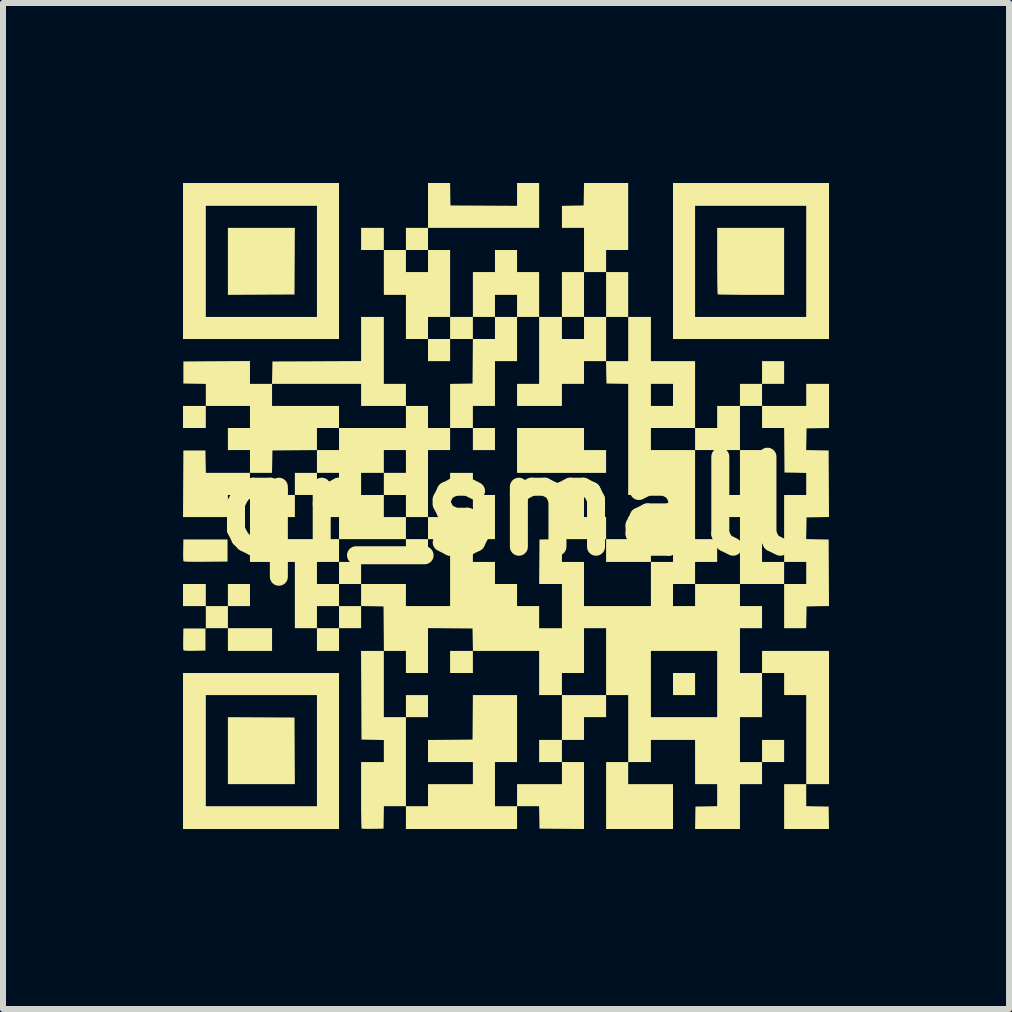
<source format=kicad_pcb>
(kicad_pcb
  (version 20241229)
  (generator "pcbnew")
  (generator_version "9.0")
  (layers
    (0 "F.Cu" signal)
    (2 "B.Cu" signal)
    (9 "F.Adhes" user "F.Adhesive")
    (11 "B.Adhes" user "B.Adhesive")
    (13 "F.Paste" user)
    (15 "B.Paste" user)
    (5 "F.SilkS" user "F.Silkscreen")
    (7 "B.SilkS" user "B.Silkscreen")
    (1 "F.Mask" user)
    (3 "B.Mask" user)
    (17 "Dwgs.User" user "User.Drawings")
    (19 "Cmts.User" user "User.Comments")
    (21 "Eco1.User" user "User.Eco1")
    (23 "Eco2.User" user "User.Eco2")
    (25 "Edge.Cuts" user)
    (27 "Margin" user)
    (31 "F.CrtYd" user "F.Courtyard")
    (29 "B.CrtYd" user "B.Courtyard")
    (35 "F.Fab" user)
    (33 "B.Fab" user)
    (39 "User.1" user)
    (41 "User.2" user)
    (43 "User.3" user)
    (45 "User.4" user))
  (footprint "qr_small"
    (layer "F.Cu")
    (at 5.383 5.383)
    (property "Reference" "qr_small" (at 0 0 0) (layer "F.SilkS") (effects (font (size 1.5 1.5) (thickness 0.3))))
    (attr board_only exclude_from_pos_files exclude_from_bom)
    (fp_poly (pts (xy -4.08 3.522) (xy -3.525 3.525) (xy -3.522 4.08) (xy -3.519 4.635) (xy -4.077 4.635) (xy -4.635 4.635) (xy -4.635 4.077) (xy -4.635 3.519)) (stroke (width 0) (type solid)) (fill yes) (layer "F.SilkS"))
    (fp_poly (pts (xy -3.899 2.225) (xy -3.899 2.415) (xy -4.267 2.415) (xy -4.635 2.415) (xy -4.635 2.225) (xy -4.635 2.036) (xy -4.267 2.036) (xy -3.899 2.036)) (stroke (width 0) (type solid)) (fill yes) (layer "F.SilkS"))
    (fp_poly (pts (xy -3.522 -4.08) (xy -3.525 -3.525) (xy -4.08 -3.522) (xy -4.635 -3.519) (xy -4.635 -4.077) (xy -4.635 -4.635) (xy -4.077 -4.635) (xy -3.519 -4.635)) (stroke (width 0) (type solid)) (fill yes) (layer "F.SilkS"))
    (fp_poly (pts (xy -3.151 -0.368) (xy -3.151 -0.184) (xy -3.335 -0.184) (xy -3.519 -0.184) (xy -3.519 -0.368) (xy -3.519 -0.552) (xy -3.335 -0.552) (xy -3.151 -0.552)) (stroke (width 0) (type solid)) (fill yes) (layer "F.SilkS"))
    (fp_poly (pts (xy -2.415 1.116) (xy -2.415 1.3) (xy -2.599 1.3) (xy -2.783 1.3) (xy -2.783 1.116) (xy -2.783 0.932) (xy -2.599 0.932) (xy -2.415 0.932)) (stroke (width 0) (type solid)) (fill yes) (layer "F.SilkS"))
    (fp_poly (pts (xy -1.3 0.742) (xy -1.3 0.932) (xy -1.484 0.932) (xy -1.668 0.932) (xy -1.668 0.742) (xy -1.668 0.552) (xy -1.484 0.552) (xy -1.3 0.552)) (stroke (width 0) (type solid)) (fill yes) (layer "F.SilkS"))
    (fp_poly (pts (xy -1.3 3.335) (xy -1.3 3.519) (xy -1.484 3.519) (xy -1.668 3.519) (xy -1.668 3.335) (xy -1.668 3.151) (xy -1.484 3.151) (xy -1.3 3.151)) (stroke (width 0) (type solid)) (fill yes) (layer "F.SilkS"))
    (fp_poly (pts (xy -0.552 -0.368) (xy -0.552 -0.184) (xy -0.742 -0.184) (xy -0.932 -0.184) (xy -0.932 -0.368) (xy -0.932 -0.552) (xy -0.742 -0.552) (xy -0.552 -0.552)) (stroke (width 0) (type solid)) (fill yes) (layer "F.SilkS"))
    (fp_poly (pts (xy -0.552 2.599) (xy -0.552 2.783) (xy -0.742 2.783) (xy -0.932 2.783) (xy -0.932 2.599) (xy -0.932 2.415) (xy -0.742 2.415) (xy -0.552 2.415)) (stroke (width 0) (type solid)) (fill yes) (layer "F.SilkS"))
    (fp_poly (pts (xy -0.184 -1.116) (xy -0.184 -0.932) (xy -0.368 -0.932) (xy -0.552 -0.932) (xy -0.552 -1.116) (xy -0.552 -1.3) (xy -0.368 -1.3) (xy -0.184 -1.3)) (stroke (width 0) (type solid)) (fill yes) (layer "F.SilkS"))
    (fp_poly (pts (xy 3.151 2.967) (xy 3.151 3.151) (xy 2.967 3.151) (xy 2.783 3.151) (xy 2.783 2.967) (xy 2.783 2.783) (xy 2.967 2.783) (xy 3.151 2.783)) (stroke (width 0) (type solid)) (fill yes) (layer "F.SilkS"))
    (fp_poly (pts (xy 1.3 -1.116) (xy 1.3 -0.932) (xy 1.484 -0.932) (xy 1.668 -0.932) (xy 1.668 -0.742) (xy 1.668 -0.552) (xy 0.926 -0.552) (xy 0.184 -0.552) (xy 0.184 -0.926) (xy 0.184 -1.3) (xy 0.742 -1.3) (xy 1.3 -1.3)) (stroke (width 0) (type solid)) (fill yes) (layer "F.SilkS"))
    (fp_poly (pts (xy 1.3 0) (xy 1.3 0.184) (xy 1.484 0.184) (xy 1.668 0.184) (xy 1.668 0.368) (xy 1.668 0.552) (xy 1.3 0.552) (xy 0.932 0.552) (xy 0.932 0.184) (xy 0.932 -0.184) (xy 1.116 -0.184) (xy 1.3 -0.184)) (stroke (width 0) (type solid)) (fill yes) (layer "F.SilkS"))
    (fp_poly (pts (xy -5.009 2.225) (xy -5.009 2.409) (xy -5.19 2.413) (xy -5.263 2.414) (xy -5.315 2.413) (xy -5.349 2.411) (xy -5.369 2.407) (xy -5.377 2.401) (xy -5.377 2.4) (xy -5.379 2.383) (xy -5.38 2.347) (xy -5.381 2.297) (xy -5.38 2.237) (xy -5.38 2.213) (xy -5.377 2.041) (xy -5.193 2.041) (xy -5.009 2.041)) (stroke (width 0) (type solid)) (fill yes) (layer "F.SilkS"))
    (fp_poly (pts (xy -4.641 0.742) (xy -4.641 0.926) (xy -5.006 0.929) (xy -5.113 0.93) (xy -5.198 0.93) (xy -5.263 0.929) (xy -5.312 0.928) (xy -5.345 0.926) (xy -5.366 0.923) (xy -5.376 0.919) (xy -5.377 0.917) (xy -5.379 0.9) (xy -5.38 0.864) (xy -5.381 0.813) (xy -5.38 0.753) (xy -5.38 0.729) (xy -5.377 0.558) (xy -5.009 0.558) (xy -4.641 0.558)) (stroke (width 0) (type solid)) (fill yes) (layer "F.SilkS"))
    (fp_poly (pts (xy -2.783 -4.083) (xy -2.783 -2.783) (xy -4.083 -2.783) (xy -5.383 -2.783) (xy -5.383 -4.077) (xy -5.003 -4.077) (xy -5.003 -3.151) (xy -4.077 -3.151) (xy -3.151 -3.151) (xy -3.151 -4.077) (xy -3.151 -5.003) (xy -4.077 -5.003) (xy -5.003 -5.003) (xy -5.003 -4.077) (xy -5.383 -4.077) (xy -5.383 -4.083) (xy -5.383 -5.383) (xy -4.083 -5.383) (xy -2.783 -5.383)) (stroke (width 0) (type solid)) (fill yes) (layer "F.SilkS"))
    (fp_poly (pts (xy -2.783 4.083) (xy -2.783 5.383) (xy -4.083 5.383) (xy -5.383 5.383) (xy -5.383 4.083) (xy -5.383 4.077) (xy -5.003 4.077) (xy -5.003 5.003) (xy -4.077 5.003) (xy -3.151 5.003) (xy -3.151 4.077) (xy -3.151 3.151) (xy -4.077 3.151) (xy -5.003 3.151) (xy -5.003 4.077) (xy -5.383 4.077) (xy -5.383 2.783) (xy -4.083 2.783) (xy -2.783 2.783)) (stroke (width 0) (type solid)) (fill yes) (layer "F.SilkS"))
    (fp_poly (pts (xy 5.383 -4.083) (xy 5.383 -2.783) (xy 4.083 -2.783) (xy 2.783 -2.783) (xy 2.783 -4.077) (xy 3.151 -4.077) (xy 3.151 -3.151) (xy 4.077 -3.151) (xy 5.003 -3.151) (xy 5.003 -4.077) (xy 5.003 -5.003) (xy 4.077 -5.003) (xy 3.151 -5.003) (xy 3.151 -4.077) (xy 2.783 -4.077) (xy 2.783 -4.083) (xy 2.783 -5.383) (xy 4.083 -5.383) (xy 5.383 -5.383)) (stroke (width 0) (type solid)) (fill yes) (layer "F.SilkS"))
    (fp_poly (pts (xy 4.635 -4.077) (xy 4.635 -3.519) (xy 4.085 -3.519) (xy 3.973 -3.519) (xy 3.868 -3.52) (xy 3.773 -3.521) (xy 3.69 -3.522) (xy 3.622 -3.523) (xy 3.57 -3.524) (xy 3.538 -3.526) (xy 3.527 -3.527) (xy 3.526 -3.54) (xy 3.524 -3.575) (xy 3.523 -3.628) (xy 3.521 -3.698) (xy 3.521 -3.783) (xy 3.52 -3.879) (xy 3.519 -3.984) (xy 3.519 -4.085) (xy 3.519 -4.635) (xy 4.077 -4.635) (xy 4.635 -4.635)) (stroke (width 0) (type solid)) (fill yes) (layer "F.SilkS"))
    (fp_poly (pts (xy -5.003 1.484) (xy -5.003 1.668) (xy -4.819 1.668) (xy -4.635 1.668) (xy -4.635 1.484) (xy -4.635 1.3) (xy -4.451 1.3) (xy -4.267 1.3) (xy -4.267 1.484) (xy -4.267 1.668) (xy -4.451 1.668) (xy -4.635 1.668) (xy -4.635 1.852) (xy -4.635 2.036) (xy -4.819 2.036) (xy -5.003 2.036) (xy -5.003 1.852) (xy -5.003 1.668) (xy -5.193 1.668) (xy -5.383 1.668) (xy -5.383 1.484) (xy -5.383 1.3) (xy -5.193 1.3) (xy -5.003 1.3)) (stroke (width 0) (type solid)) (fill yes) (layer "F.SilkS"))
    (fp_poly (pts (xy -3.519 0) (xy -3.519 0.184) (xy -3.709 0.184) (xy -3.899 0.184) (xy -3.899 0.368) (xy -3.899 0.552) (xy -3.341 0.552) (xy -2.783 0.552) (xy -2.783 0.742) (xy -2.783 0.932) (xy -2.967 0.932) (xy -3.151 0.932) (xy -3.151 1.116) (xy -3.151 1.3) (xy -2.967 1.3) (xy -2.783 1.3) (xy -2.783 1.484) (xy -2.783 1.668) (xy -2.967 1.668) (xy -3.151 1.668) (xy -3.151 1.852) (xy -3.151 2.036) (xy -2.967 2.036) (xy -2.783 2.036) (xy -2.783 1.852) (xy -2.783 1.668) (xy -2.599 1.668) (xy -2.415 1.668) (xy -2.415 1.851) (xy -2.415 2.036) (xy -2.599 2.036) (xy -2.783 2.036) (xy -2.783 2.225) (xy -2.783 2.415) (xy -2.967 2.415) (xy -3.151 2.415) (xy -3.151 2.225) (xy -3.151 2.036) (xy -3.335 2.036) (xy -3.519 2.036) (xy -3.519 1.484) (xy -3.519 0.932) (xy -3.893 0.932) (xy -4.267 0.932) (xy -4.267 0.374) (xy -4.267 -0.184) (xy -3.893 -0.184) (xy -3.519 -0.184)) (stroke (width 0) (type solid)) (fill yes) (layer "F.SilkS"))
    (fp_poly (pts (xy -2.036 2.967) (xy -2.036 3.519) (xy -1.852 3.519) (xy -1.668 3.519) (xy -1.668 4.261) (xy -1.668 5.003) (xy -1.484 5.003) (xy -1.3 5.003) (xy -1.3 4.819) (xy -1.3 4.635) (xy -0.926 4.635) (xy -0.552 4.635) (xy -0.552 4.451) (xy -0.552 4.267) (xy -0.926 4.267) (xy -1.3 4.267) (xy -1.3 4.083) (xy -1.3 3.899) (xy -0.929 3.896) (xy -0.558 3.893) (xy -0.555 3.522) (xy -0.552 3.151) (xy -0.184 3.151) (xy 0.184 3.151) (xy 0.184 3.709) (xy 0.184 4.267) (xy 0 4.267) (xy -0.184 4.267) (xy -0.184 4.635) (xy -0.184 5.003) (xy 0 5.003) (xy 0.184 5.003) (xy 0.184 4.819) (xy 0.184 4.635) (xy 0.558 4.635) (xy 0.932 4.635) (xy 0.932 4.451) (xy 0.932 4.267) (xy 1.116 4.267) (xy 1.3 4.267) (xy 1.3 4.825) (xy 1.3 5.383) (xy 0.929 5.38) (xy 0.558 5.377) (xy 0.555 5.19) (xy 0.551 5.003) (xy 0.368 5.003) (xy 0.184 5.003) (xy 0.184 5.193) (xy 0.184 5.383) (xy -0.742 5.383) (xy -1.668 5.383) (xy -1.668 5.193) (xy -1.668 5.003) (xy -1.851 5.003) (xy -2.035 5.003) (xy -2.038 5.19) (xy -2.041 5.377) (xy -2.22 5.38) (xy -2.283 5.381) (xy -2.337 5.38) (xy -2.379 5.379) (xy -2.403 5.376) (xy -2.407 5.375) (xy -2.409 5.362) (xy -2.41 5.327) (xy -2.412 5.274) (xy -2.413 5.204) (xy -2.414 5.119) (xy -2.415 5.023) (xy -2.415 4.918) (xy -2.415 4.817) (xy -2.415 4.267) (xy -2.225 4.267) (xy -2.036 4.267) (xy -2.036 4.083) (xy -2.036 3.9) (xy -2.223 3.896) (xy -2.409 3.893) (xy -2.412 3.154) (xy -2.416 2.415) (xy -2.225 2.415) (xy -2.036 2.415)) (stroke (width 0) (type solid)) (fill yes) (layer "F.SilkS"))
    (fp_poly (pts (xy -2.036 -2.593) (xy -2.036 -2.036) (xy -1.852 -2.036) (xy -1.668 -2.036) (xy -1.668 -1.852) (xy -1.668 -1.668) (xy -2.041 -1.668) (xy -2.415 -1.668) (xy -2.415 -1.852) (xy -2.415 -2.036) (xy -3.157 -2.036) (xy -3.899 -2.036) (xy -3.899 -1.852) (xy -3.899 -1.668) (xy -3.341 -1.668) (xy -2.783 -1.668) (xy -2.783 -1.484) (xy -2.783 -1.3) (xy -2.967 -1.3) (xy -3.151 -1.3) (xy -3.151 -1.116) (xy -3.151 -0.932) (xy -3.522 -0.929) (xy -3.893 -0.926) (xy -3.896 -0.739) (xy -3.9 -0.552) (xy -4.083 -0.552) (xy -4.267 -0.552) (xy -4.267 -0.368) (xy -4.267 -0.184) (xy -4.451 -0.184) (xy -4.635 -0.184) (xy -4.635 0) (xy -4.635 0.184) (xy -5.009 0.184) (xy -5.383 0.184) (xy -5.38 -0.371) (xy -5.377 -0.926) (xy -5.193 -0.926) (xy -5.009 -0.926) (xy -5.006 -0.739) (xy -5.002 -0.552) (xy -4.635 -0.552) (xy -4.267 -0.552) (xy -4.267 -0.742) (xy -4.267 -0.932) (xy -4.451 -0.932) (xy -4.635 -0.932) (xy -4.635 -1.116) (xy -4.635 -1.3) (xy -4.451 -1.3) (xy -4.267 -1.3) (xy -4.267 -1.484) (xy -4.267 -1.668) (xy -4.635 -1.668) (xy -5.003 -1.668) (xy -5.003 -1.484) (xy -5.003 -1.3) (xy -5.193 -1.3) (xy -5.383 -1.3) (xy -5.383 -1.484) (xy -5.383 -1.668) (xy -5.193 -1.668) (xy -5.003 -1.668) (xy -5.003 -1.851) (xy -5.003 -2.035) (xy -5.19 -2.038) (xy -5.377 -2.041) (xy -5.377 -2.225) (xy -5.377 -2.409) (xy -4.822 -2.413) (xy -4.267 -2.416) (xy -4.267 -2.226) (xy -4.267 -2.036) (xy -4.083 -2.036) (xy -3.9 -2.036) (xy -3.896 -2.223) (xy -3.893 -2.409) (xy -3.154 -2.412) (xy -2.415 -2.416) (xy -2.415 -2.783) (xy -2.415 -3.151) (xy -2.225 -3.151) (xy -2.036 -3.151)) (stroke (width 0) (type solid)) (fill yes) (layer "F.SilkS"))
    (fp_poly (pts (xy -0.929 -5.196) (xy -0.926 -5.009) (xy -0.371 -5.006) (xy 0.184 -5.003) (xy 0.184 -5.193) (xy 0.184 -5.383) (xy 0.368 -5.383) (xy 0.552 -5.383) (xy 0.552 -5.009) (xy 0.552 -4.635) (xy -0.374 -4.635) (xy -1.3 -4.635) (xy -1.3 -4.451) (xy -1.3 -4.267) (xy -1.484 -4.267) (xy -1.668 -4.267) (xy -1.668 -4.083) (xy -1.668 -3.899) (xy -1.484 -3.899) (xy -1.3 -3.899) (xy -1.3 -4.083) (xy -1.3 -4.267) (xy -1.116 -4.267) (xy -0.932 -4.267) (xy -0.932 -3.709) (xy -0.932 -3.151) (xy -0.742 -3.151) (xy -0.552 -3.151) (xy -0.552 -3.525) (xy -0.552 -3.899) (xy -0.368 -3.899) (xy -0.184 -3.899) (xy -0.184 -4.083) (xy -0.184 -4.267) (xy 0 -4.267) (xy 0.184 -4.267) (xy 0.184 -4.083) (xy 0.184 -3.899) (xy 0.368 -3.899) (xy 0.552 -3.899) (xy 0.552 -3.525) (xy 0.552 -3.151) (xy 0.742 -3.151) (xy 0.932 -3.151) (xy 0.932 -3.525) (xy 0.932 -3.899) (xy 1.116 -3.899) (xy 1.3 -3.899) (xy 1.3 -4.267) (xy 1.3 -4.635) (xy 1.116 -4.635) (xy 0.932 -4.635) (xy 0.932 -4.819) (xy 0.932 -5.002) (xy 1.113 -5.006) (xy 1.294 -5.009) (xy 1.297 -5.196) (xy 1.3 -5.383) (xy 1.668 -5.383) (xy 2.036 -5.383) (xy 2.036 -4.825) (xy 2.036 -4.267) (xy 1.852 -4.267) (xy 1.668 -4.267) (xy 1.668 -4.083) (xy 1.668 -3.899) (xy 1.484 -3.899) (xy 1.3 -3.899) (xy 1.3 -3.525) (xy 1.3 -3.151) (xy 1.116 -3.151) (xy 0.932 -3.151) (xy 0.932 -2.967) (xy 0.932 -2.783) (xy 1.116 -2.783) (xy 1.3 -2.783) (xy 1.3 -2.967) (xy 1.3 -3.151) (xy 1.484 -3.151) (xy 1.668 -3.151) (xy 1.668 -3.525) (xy 1.668 -3.899) (xy 1.852 -3.899) (xy 2.036 -3.899) (xy 2.036 -3.525) (xy 2.036 -3.151) (xy 1.852 -3.151) (xy 1.668 -3.151) (xy 1.668 -2.783) (xy 1.668 -2.415) (xy 1.851 -2.415) (xy 2.036 -2.415) (xy 2.036 -2.783) (xy 2.036 -3.151) (xy 2.225 -3.151) (xy 2.415 -3.151) (xy 2.415 -2.783) (xy 2.415 -2.415) (xy 2.783 -2.415) (xy 3.151 -2.415) (xy 3.151 -1.858) (xy 3.151 -1.3) (xy 3.335 -1.3) (xy 3.519 -1.3) (xy 3.519 -1.484) (xy 3.519 -1.668) (xy 3.709 -1.668) (xy 3.899 -1.668) (xy 3.899 -1.852) (xy 3.899 -2.036) (xy 4.083 -2.036) (xy 4.267 -2.036) (xy 4.267 -2.225) (xy 4.267 -2.415) (xy 4.451 -2.415) (xy 4.635 -2.415) (xy 4.635 -2.225) (xy 4.635 -2.036) (xy 4.451 -2.036) (xy 4.267 -2.036) (xy 4.267 -1.852) (xy 4.267 -1.668) (xy 4.635 -1.668) (xy 5.003 -1.668) (xy 5.003 -1.852) (xy 5.003 -2.036) (xy 5.193 -2.036) (xy 5.383 -2.036) (xy 5.383 -1.668) (xy 5.383 -1.3) (xy 5.196 -1.297) (xy 5.009 -1.294) (xy 5.006 -1.113) (xy 5.002 -0.932) (xy 5.189 -0.929) (xy 5.377 -0.926) (xy 5.38 -0.371) (xy 5.383 0.183) (xy 5.196 0.187) (xy 5.009 0.19) (xy 5.006 0.371) (xy 5.002 0.551) (xy 5.189 0.555) (xy 5.377 0.558) (xy 5.38 1.112) (xy 5.383 1.667) (xy 5.196 1.67) (xy 5.009 1.674) (xy 5.006 1.855) (xy 5.002 2.036) (xy 4.819 2.036) (xy 4.635 2.036) (xy 4.635 1.668) (xy 4.635 1.3) (xy 4.267 1.3) (xy 3.899 1.3) (xy 3.899 1.484) (xy 3.899 1.668) (xy 4.083 1.668) (xy 4.267 1.668) (xy 4.267 1.852) (xy 4.267 2.036) (xy 4.083 2.036) (xy 3.899 2.036) (xy 3.899 2.409) (xy 3.899 2.783) (xy 4.083 2.783) (xy 4.267 2.783) (xy 4.267 2.599) (xy 4.267 2.415) (xy 4.825 2.415) (xy 5.383 2.415) (xy 5.383 3.525) (xy 5.383 4.635) (xy 5.193 4.635) (xy 5.003 4.635) (xy 5.003 4.819) (xy 5.003 5.002) (xy 5.19 5.006) (xy 5.377 5.009) (xy 5.38 5.196) (xy 5.383 5.383) (xy 5.009 5.383) (xy 4.635 5.383) (xy 4.635 5.009) (xy 4.635 4.635) (xy 4.819 4.635) (xy 5.003 4.635) (xy 5.003 3.893) (xy 5.003 3.151) (xy 4.819 3.151) (xy 4.635 3.151) (xy 4.635 2.967) (xy 4.635 2.783) (xy 4.451 2.783) (xy 4.267 2.783) (xy 4.267 3.151) (xy 4.267 3.519) (xy 4.083 3.519) (xy 3.899 3.519) (xy 3.899 3.893) (xy 3.899 4.267) (xy 4.083 4.267) (xy 4.267 4.267) (xy 4.267 4.083) (xy 4.267 3.899) (xy 4.451 3.899) (xy 4.635 3.899) (xy 4.635 4.083) (xy 4.635 4.267) (xy 4.451 4.267) (xy 4.267 4.267) (xy 4.267 4.451) (xy 4.267 4.635) (xy 4.083 4.635) (xy 3.899 4.635) (xy 3.899 5.009) (xy 3.899 5.383) (xy 3.525 5.383) (xy 3.151 5.383) (xy 3.154 5.196) (xy 3.157 5.009) (xy 3.338 5.006) (xy 3.519 5.002) (xy 3.519 4.819) (xy 3.519 4.635) (xy 3.335 4.635) (xy 3.151 4.635) (xy 3.151 4.267) (xy 3.151 3.899) (xy 2.783 3.899) (xy 2.415 3.899) (xy 2.415 4.083) (xy 2.415 4.267) (xy 2.225 4.267) (xy 2.036 4.267) (xy 2.036 4.451) (xy 2.036 4.635) (xy 2.409 4.635) (xy 2.783 4.635) (xy 2.783 5.009) (xy 2.783 5.383) (xy 2.225 5.383) (xy 1.668 5.383) (xy 1.668 4.825) (xy 1.668 4.267) (xy 1.852 4.267) (xy 2.036 4.267) (xy 2.036 3.709) (xy 2.036 3.151) (xy 1.852 3.151) (xy 1.668 3.151) (xy 1.668 3.335) (xy 1.668 3.519) (xy 1.484 3.519) (xy 1.3 3.519) (xy 1.3 3.709) (xy 1.3 3.899) (xy 1.116 3.899) (xy 0.932 3.899) (xy 0.932 4.083) (xy 0.932 4.267) (xy 0.742 4.267) (xy 0.552 4.267) (xy 0.552 4.083) (xy 0.552 3.899) (xy 0.742 3.899) (xy 0.932 3.899) (xy 0.932 3.525) (xy 0.932 3.151) (xy 1.3 3.151) (xy 1.668 3.151) (xy 1.668 2.967) (xy 2.415 2.967) (xy 2.415 3.519) (xy 2.967 3.519) (xy 3.519 3.519) (xy 3.519 2.967) (xy 3.519 2.415) (xy 2.967 2.415) (xy 2.415 2.415) (xy 2.415 2.967) (xy 1.668 2.967) (xy 1.668 2.593) (xy 1.668 2.036) (xy 1.484 2.036) (xy 1.3 2.036) (xy 1.3 2.409) (xy 1.3 2.783) (xy 1.116 2.783) (xy 0.932 2.783) (xy 0.932 2.967) (xy 0.932 3.151) (xy 0.742 3.151) (xy 0.552 3.151) (xy 0.552 2.783) (xy 0.552 2.415) (xy 0.000301 2.415) (xy -0.551 2.415) (xy -0.555 2.228) (xy -0.558 2.041) (xy -0.929 2.038) (xy -1.3 2.035) (xy -1.3 2.409) (xy -1.3 2.783) (xy -1.484 2.783) (xy -1.668 2.783) (xy -1.668 2.599) (xy -1.668 2.415) (xy -1.852 2.415) (xy -2.035 2.415) (xy -2.038 2.044) (xy -2.041 1.674) (xy -2.228 1.67) (xy -2.415 1.667) (xy -2.415 1.484) (xy -2.415 1.3) (xy -2.041 1.3) (xy -1.668 1.3) (xy -1.668 1.484) (xy -1.668 1.668) (xy -1.3 1.668) (xy -0.932 1.668) (xy -0.932 1.11) (xy -0.932 0.552) (xy -1.116 0.552) (xy -1.3 0.552) (xy -1.3 0.368) (xy -1.3 0.184) (xy -0.926 0.184) (xy -0.552 0.184) (xy -0.552 0) (xy -0.552 -0.184) (xy -0.368 -0.184) (xy -0.184 -0.184) (xy -0.184 0.184) (xy -0.184 0.552) (xy -0.368 0.552) (xy -0.552 0.552) (xy -0.552 0.742) (xy -0.552 0.932) (xy -0.368 0.932) (xy -0.184 0.932) (xy -0.184 1.116) (xy -0.184 1.3) (xy 0 1.3) (xy 0.184 1.3) (xy 0.184 1.484) (xy 0.184 1.668) (xy 0.368 1.668) (xy 0.552 1.668) (xy 0.552 1.852) (xy 0.552 2.036) (xy 0.742 2.036) (xy 0.932 2.036) (xy 0.932 1.668) (xy 0.932 1.3) (xy 0.742 1.3) (xy 0.552 1.3) (xy 0.555 0.929) (xy 0.558 0.558) (xy 0.745 0.555) (xy 0.932 0.551) (xy 0.932 0.742) (xy 0.932 0.932) (xy 1.116 0.932) (xy 1.3 0.932) (xy 1.3 1.3) (xy 1.3 1.668) (xy 1.858 1.668) (xy 2.415 1.668) (xy 2.415 1.3) (xy 2.415 0.932) (xy 2.599 0.932) (xy 2.783 0.932) (xy 2.783 0.742) (xy 2.783 0.552) (xy 2.599 0.552) (xy 2.415 0.552) (xy 2.415 0.742) (xy 2.415 0.932) (xy 2.041 0.932) (xy 1.668 0.932) (xy 1.668 0.742) (xy 1.668 0.552) (xy 1.852 0.552) (xy 2.036 0.552) (xy 2.036 0.368) (xy 2.036 0.184) (xy 2.409 0.184) (xy 2.783 0.184) (xy 2.783 0) (xy 2.783 -0.184) (xy 2.409 -0.184) (xy 2.036 -0.184) (xy 2.036 -1.109) (xy 2.036 -1.3) (xy 2.415 -1.3) (xy 2.415 -1.116) (xy 2.415 -0.932) (xy 2.783 -0.932) (xy 3.151 -0.932) (xy 3.151 -0.19) (xy 3.151 0.552) (xy 3.335 0.552) (xy 3.519 0.552) (xy 3.519 0.742) (xy 3.519 0.932) (xy 3.335 0.932) (xy 3.151 0.932) (xy 3.151 1.116) (xy 3.151 1.3) (xy 2.967 1.3) (xy 2.783 1.3) (xy 2.783 1.484) (xy 2.783 1.668) (xy 2.967 1.668) (xy 3.151 1.668) (xy 3.151 1.484) (xy 3.151 1.3) (xy 3.525 1.3) (xy 3.899 1.3) (xy 3.899 1.116) (xy 4.635 1.116) (xy 4.635 1.3) (xy 4.819 1.3) (xy 5.003 1.3) (xy 5.003 1.116) (xy 5.003 0.932) (xy 4.819 0.932) (xy 4.635 0.932) (xy 4.635 1.116) (xy 3.899 1.116) (xy 3.899 0.742) (xy 3.899 0.184) (xy 3.709 0.184) (xy 3.519 0.184) (xy 3.519 0) (xy 3.519 -0.184) (xy 3.709 -0.184) (xy 3.899 -0.184) (xy 3.899 -0.558) (xy 3.899 -0.932) (xy 4.083 -0.932) (xy 4.267 -0.932) (xy 4.267 0) (xy 4.267 0.932) (xy 4.451 0.932) (xy 4.635 0.932) (xy 4.635 0.374) (xy 4.635 -0.184) (xy 4.819 -0.184) (xy 5.003 -0.184) (xy 5.003 -0.368) (xy 5.003 -0.551) (xy 4.822 -0.555) (xy 4.641 -0.558) (xy 4.638 -0.929) (xy 4.635 -1.3) (xy 4.451 -1.3) (xy 4.267 -1.3) (xy 4.267 -1.484) (xy 4.267 -1.668) (xy 4.083 -1.668) (xy 3.899 -1.668) (xy 3.899 -1.3) (xy 3.899 -0.932) (xy 3.525 -0.932) (xy 3.151 -0.932) (xy 3.151 -1.116) (xy 3.151 -1.3) (xy 2.783 -1.3) (xy 2.415 -1.3) (xy 2.036 -1.3) (xy 2.036 -1.852) (xy 2.415 -1.852) (xy 2.415 -1.668) (xy 2.599 -1.668) (xy 2.783 -1.668) (xy 2.783 -1.852) (xy 2.783 -2.036) (xy 2.599 -2.036) (xy 2.415 -2.036) (xy 2.415 -1.852) (xy 2.036 -1.852) (xy 2.036 -2.035) (xy 1.855 -2.038) (xy 1.674 -2.041) (xy 1.67 -2.228) (xy 1.667 -2.415) (xy 1.484 -2.415) (xy 1.3 -2.415) (xy 1.3 -2.225) (xy 1.3 -2.036) (xy 1.116 -2.036) (xy 0.932 -2.036) (xy 0.932 -1.852) (xy 0.932 -1.668) (xy 0.558 -1.668) (xy 0.184 -1.668) (xy 0.184 -1.852) (xy 0.184 -2.036) (xy 0.368 -2.036) (xy 0.552 -2.036) (xy 0.552 -2.593) (xy 0.552 -3.151) (xy 0.368 -3.151) (xy 0.184 -3.151) (xy 0.184 -2.783) (xy 0.184 -2.415) (xy 0 -2.415) (xy -0.184 -2.415) (xy -0.184 -2.041) (xy -0.184 -1.668) (xy -0.368 -1.668) (xy -0.552 -1.668) (xy -0.552 -1.484) (xy -0.552 -1.3) (xy -0.742 -1.3) (xy -0.932 -1.3) (xy -0.932 -1.116) (xy -0.932 -0.932) (xy -1.116 -0.932) (xy -1.3 -0.932) (xy -1.3 -0.374) (xy -1.3 0.184) (xy -1.484 0.184) (xy -1.668 0.184) (xy -1.668 0) (xy -1.668 -0.184) (xy -1.852 -0.184) (xy -2.036 -0.184) (xy -2.036 0) (xy -2.036 0.184) (xy -1.852 0.184) (xy -1.668 0.184) (xy -1.668 0.368) (xy -1.668 0.552) (xy -2.225 0.552) (xy -2.783 0.552) (xy -2.783 0.368) (xy -2.783 0.184) (xy -2.967 0.184) (xy -3.151 0.184) (xy -3.151 0) (xy -3.151 -0.184) (xy -2.967 -0.184) (xy -2.783 -0.184) (xy -2.783 -0.368) (xy -2.783 -0.552) (xy -2.415 -0.552) (xy -2.415 -0.368) (xy -2.415 -0.184) (xy -2.225 -0.184) (xy -2.036 -0.184) (xy -2.036 -0.368) (xy -2.036 -0.552) (xy -1.852 -0.552) (xy -1.668 -0.552) (xy -1.668 -0.742) (xy -1.668 -0.932) (xy -1.852 -0.932) (xy -2.036 -0.932) (xy -2.036 -0.742) (xy -2.036 -0.552) (xy -2.225 -0.552) (xy -2.415 -0.552) (xy -2.783 -0.552) (xy -2.967 -0.552) (xy -3.151 -0.552) (xy -3.151 -0.742) (xy -3.151 -0.932) (xy -2.967 -0.932) (xy -2.783 -0.932) (xy -2.783 -1.116) (xy -2.783 -1.3) (xy -2.225 -1.3) (xy -1.668 -1.3) (xy -1.668 -1.484) (xy -1.668 -1.668) (xy -1.484 -1.668) (xy -1.3 -1.668) (xy -1.3 -1.484) (xy -1.3 -1.3) (xy -1.116 -1.3) (xy -0.932 -1.3) (xy -0.932 -1.667) (xy -0.932 -2.035) (xy -0.745 -2.038) (xy -0.558 -2.041) (xy -0.555 -2.412) (xy -0.552 -2.783) (xy -0.368 -2.783) (xy -0.184 -2.783) (xy -0.184 -2.967) (xy -0.184 -3.151) (xy 0 -3.151) (xy 0.184 -3.151) (xy 0.184 -3.335) (xy 0.184 -3.519) (xy 0 -3.519) (xy -0.184 -3.519) (xy -0.184 -3.335) (xy -0.184 -3.151) (xy -0.368 -3.151) (xy -0.552 -3.151) (xy -0.552 -2.967) (xy -0.552 -2.783) (xy -0.742 -2.783) (xy -0.932 -2.783) (xy -0.932 -2.599) (xy -0.932 -2.415) (xy -1.116 -2.415) (xy -1.3 -2.415) (xy -1.3 -2.599) (xy -1.3 -2.783) (xy -1.484 -2.783) (xy -1.668 -2.783) (xy -1.668 -2.967) (xy -1.3 -2.967) (xy -1.3 -2.783) (xy -1.116 -2.783) (xy -0.932 -2.783) (xy -0.932 -2.967) (xy -0.932 -3.151) (xy -1.116 -3.151) (xy -1.3 -3.151) (xy -1.3 -2.967) (xy -1.668 -2.967) (xy -1.668 -3.151) (xy -1.668 -3.519) (xy -1.852 -3.519) (xy -2.036 -3.519) (xy -2.036 -3.893) (xy -2.036 -4.267) (xy -2.225 -4.267) (xy -2.415 -4.267) (xy -2.415 -4.451) (xy -2.415 -4.635) (xy -2.225 -4.635) (xy -2.036 -4.635) (xy -2.036 -4.451) (xy -2.036 -4.267) (xy -1.852 -4.267) (xy -1.668 -4.267) (xy -1.668 -4.451) (xy -1.668 -4.635) (xy -1.484 -4.635) (xy -1.3 -4.635) (xy -1.3 -5.009) (xy -1.3 -5.383) (xy -1.116 -5.383) (xy -0.932 -5.383)) (stroke (width 0) (type solid)) (fill yes) (layer "F.SilkS")))
  (gr_rect
    (start -3 -3)
    (end 13.766 13.766)
    (stroke (width 0.1) (type default))
    (fill no)
    (layer "Edge.Cuts")))
</source>
